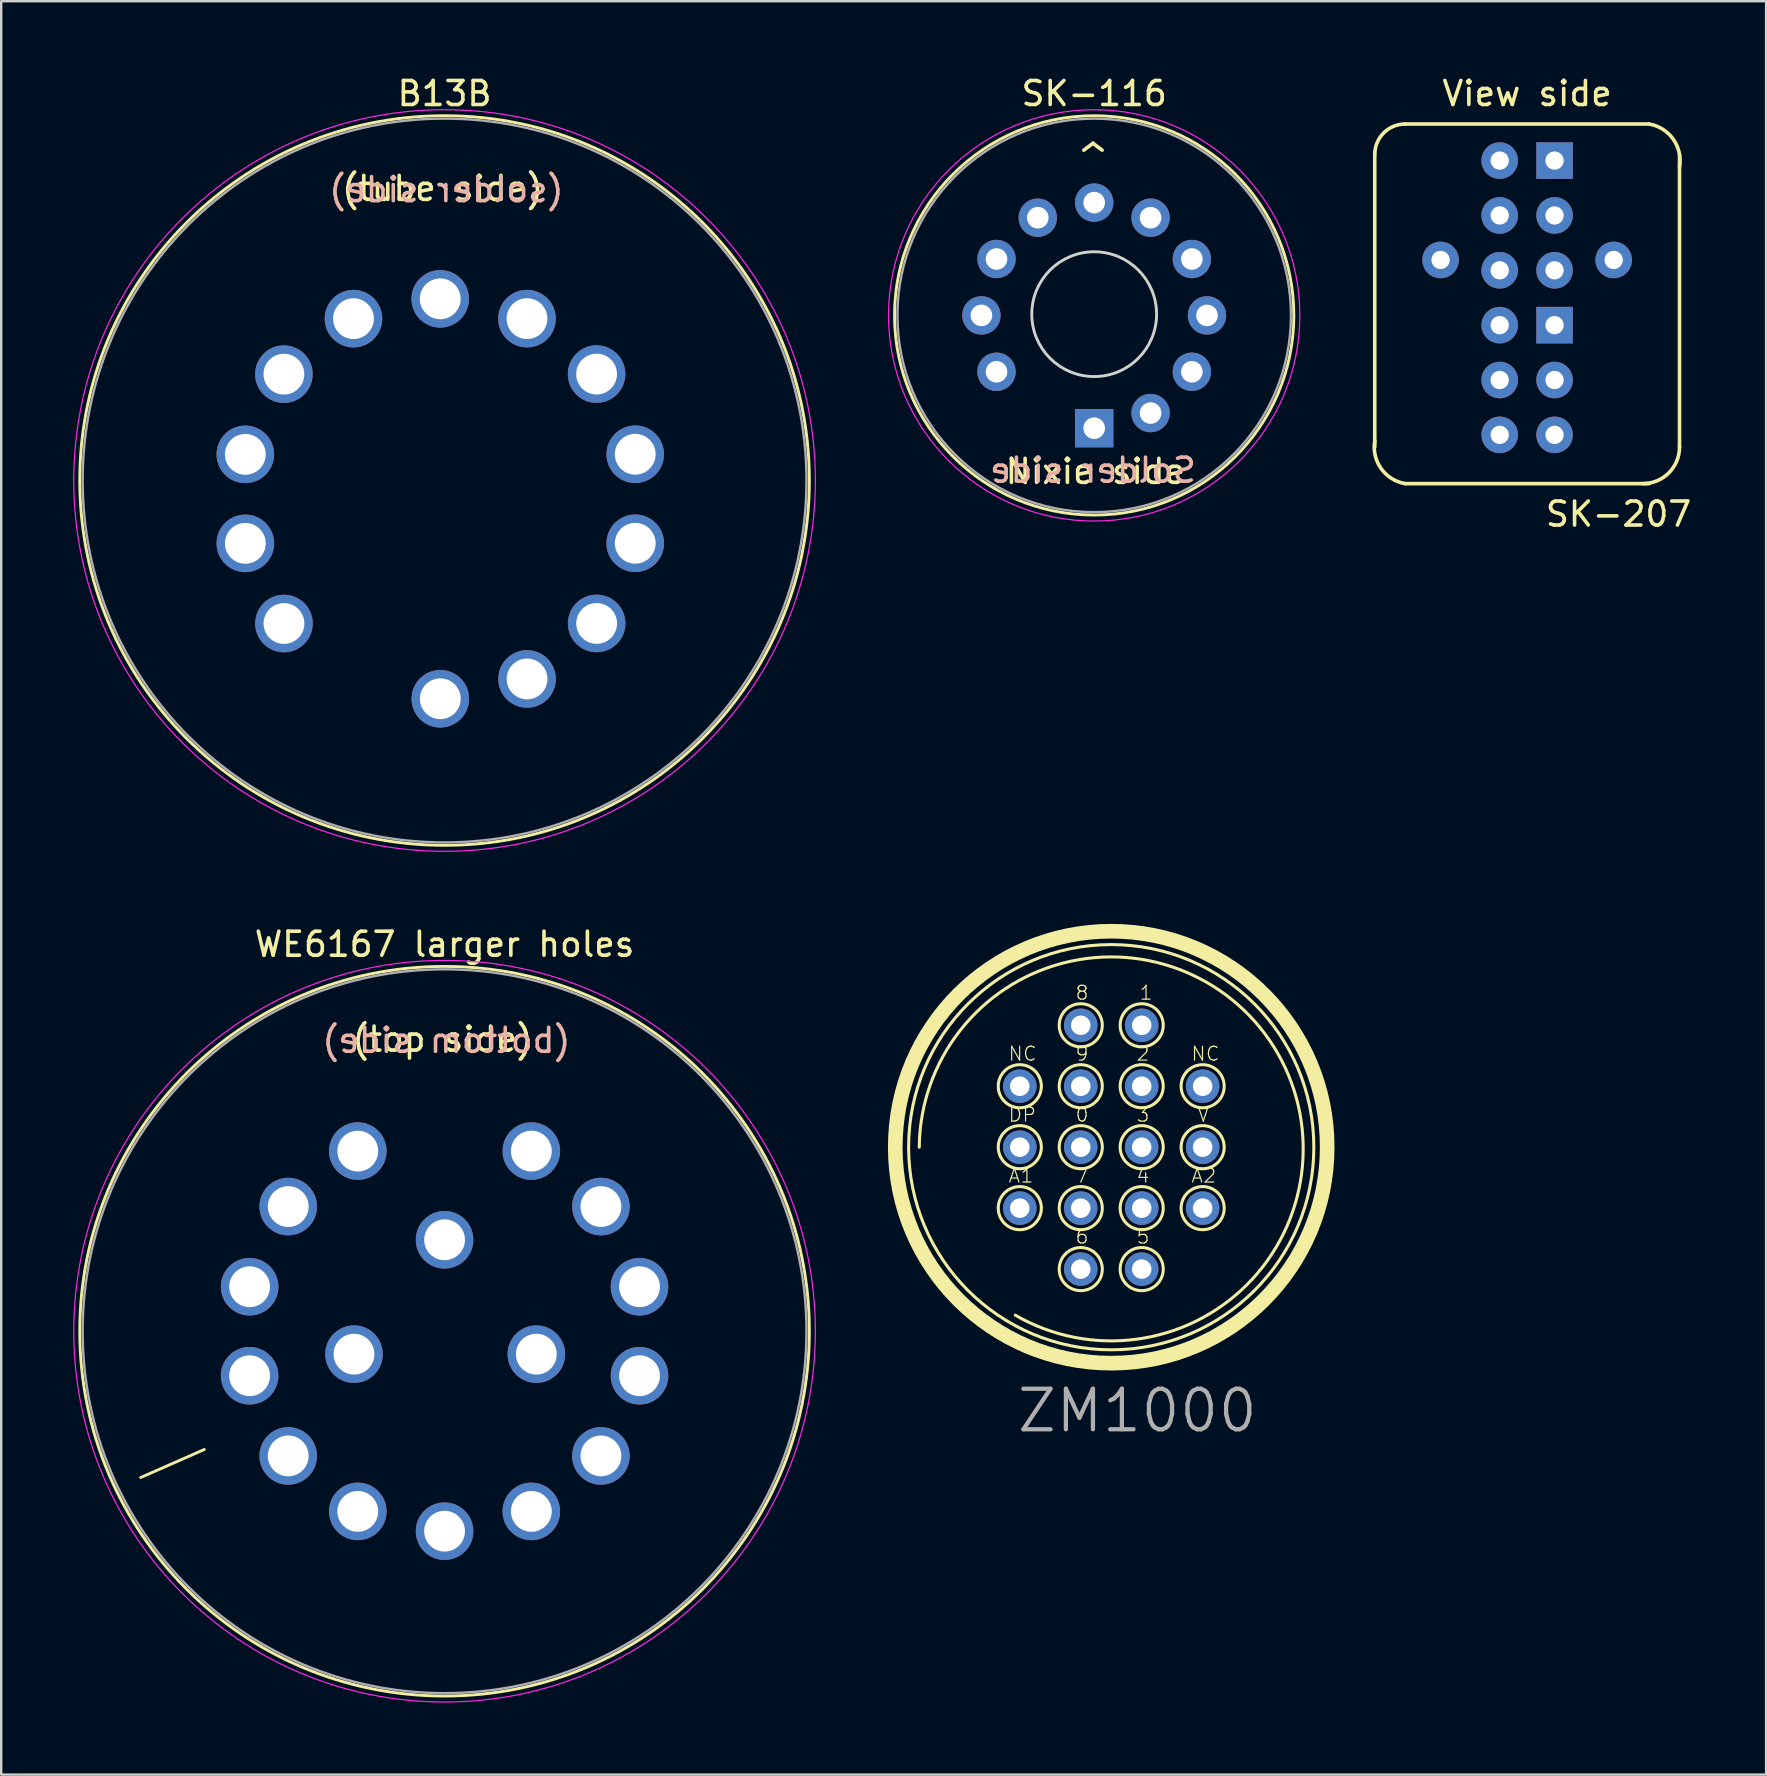
<source format=kicad_pcb>
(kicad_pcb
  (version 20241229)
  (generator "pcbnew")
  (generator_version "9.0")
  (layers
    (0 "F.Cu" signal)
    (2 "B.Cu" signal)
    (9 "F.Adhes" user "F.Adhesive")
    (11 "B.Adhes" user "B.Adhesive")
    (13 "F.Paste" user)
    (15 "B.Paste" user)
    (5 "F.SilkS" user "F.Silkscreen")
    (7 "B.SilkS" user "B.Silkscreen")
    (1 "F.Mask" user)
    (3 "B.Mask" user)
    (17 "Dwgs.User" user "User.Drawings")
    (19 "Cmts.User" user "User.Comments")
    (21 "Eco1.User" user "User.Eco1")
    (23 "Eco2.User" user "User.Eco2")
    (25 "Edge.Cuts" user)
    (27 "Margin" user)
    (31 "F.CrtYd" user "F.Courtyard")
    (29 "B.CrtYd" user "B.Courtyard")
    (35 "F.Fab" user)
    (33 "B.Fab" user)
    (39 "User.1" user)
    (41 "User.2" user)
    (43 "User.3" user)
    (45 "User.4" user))
  (footprint "ZM1000"
    (layer "F.Cu")
    (at 43.257 44.756)
    (property "Reference" "ZM1000" (at -4.016 11.971 0) (layer "F.Fab") (effects (font (size 1.689 1.689) (thickness 0.178)) (justify left bottom)))
    (attr through_hole)
    (fp_arc (start -8 0) (mid 6.946222 -3.897842) (end -4 7) (stroke (width 0.127) (type solid)) (layer "F.SilkS"))
    (fp_circle (center -3.81 -2.54) (end -2.912 -2.54) (stroke (width 0.127) (type solid)) (fill no) (layer "F.SilkS"))
    (fp_circle (center -3.81 0) (end -2.912 0) (stroke (width 0.127) (type solid)) (fill no) (layer "F.SilkS"))
    (fp_circle (center -3.81 2.54) (end -2.912 2.54) (stroke (width 0.127) (type solid)) (fill no) (layer "F.SilkS"))
    (fp_circle (center -1.27 -5.08) (end -0.372 -5.08) (stroke (width 0.127) (type solid)) (fill no) (layer "F.SilkS"))
    (fp_circle (center -1.27 -2.54) (end -0.372 -2.54) (stroke (width 0.127) (type solid)) (fill no) (layer "F.SilkS"))
    (fp_circle (center -1.27 0) (end -0.372 0) (stroke (width 0.127) (type solid)) (fill no) (layer "F.SilkS"))
    (fp_circle (center -1.27 2.54) (end -0.372 2.54) (stroke (width 0.127) (type solid)) (fill no) (layer "F.SilkS"))
    (fp_circle (center -1.27 5.08) (end -0.372 5.08) (stroke (width 0.127) (type solid)) (fill no) (layer "F.SilkS"))
    (fp_circle (center 0 0) (end 8.443 0) (stroke (width 0.127) (type solid)) (fill no) (layer "F.SilkS"))
    (fp_circle (center 0 0) (end 9 0) (stroke (width 0.61) (type solid)) (fill no) (layer "F.SilkS"))
    (fp_circle (center 1.27 -5.08) (end 2.168 -5.08) (stroke (width 0.127) (type solid)) (fill no) (layer "F.SilkS"))
    (fp_circle (center 1.27 -2.54) (end 2.168 -2.54) (stroke (width 0.127) (type solid)) (fill no) (layer "F.SilkS"))
    (fp_circle (center 1.27 0) (end 2.168 0) (stroke (width 0.127) (type solid)) (fill no) (layer "F.SilkS"))
    (fp_circle (center 1.27 2.54) (end 2.168 2.54) (stroke (width 0.127) (type solid)) (fill no) (layer "F.SilkS"))
    (fp_circle (center 1.27 5.08) (end 2.168 5.08) (stroke (width 0.127) (type solid)) (fill no) (layer "F.SilkS"))
    (fp_circle (center 3.81 -2.54) (end 4.708 -2.54) (stroke (width 0.127) (type solid)) (fill no) (layer "F.SilkS"))
    (fp_circle (center 3.81 0) (end 4.708 0) (stroke (width 0.127) (type solid)) (fill no) (layer "F.SilkS"))
    (fp_circle (center 3.81 2.54) (end 4.708 2.54) (stroke (width 0.127) (type solid)) (fill no) (layer "F.SilkS"))
    (fp_text user "5" (at 1.016 4.064 0) (layer "F.SilkS") (effects (font (size 0.579 0.579) (thickness 0.049)) (justify left bottom)))
    (fp_text user "9" (at -1.524 -3.556 0) (layer "F.SilkS") (effects (font (size 0.579 0.579) (thickness 0.049)) (justify left bottom)))
    (fp_text user "NC" (at -4.318 -3.556 0) (layer "F.SilkS") (effects (font (size 0.579 0.579) (thickness 0.049)) (justify left bottom)))
    (fp_text user "4" (at 1.016 1.524 0) (layer "F.SilkS") (effects (font (size 0.579 0.579) (thickness 0.049)) (justify left bottom)))
    (fp_text user "3" (at 1.016 -1.016 0) (layer "F.SilkS") (effects (font (size 0.579 0.579) (thickness 0.049)) (justify left bottom)))
    (fp_text user "DP" (at -4.318 -1.016 0) (layer "F.SilkS") (effects (font (size 0.579 0.579) (thickness 0.049)) (justify left bottom)))
    (fp_text user "V" (at 3.556 -1.016 0) (layer "F.SilkS") (effects (font (size 0.579 0.579) (thickness 0.049)) (justify left bottom)))
    (fp_text user "0" (at -1.524 -1.016 0) (layer "F.SilkS") (effects (font (size 0.579 0.579) (thickness 0.049)) (justify left bottom)))
    (fp_text user "6" (at -1.524 4.064 0) (layer "F.SilkS") (effects (font (size 0.579 0.579) (thickness 0.049)) (justify left bottom)))
    (fp_text user "A1" (at -4.318 1.524 0) (layer "F.SilkS") (effects (font (size 0.579 0.579) (thickness 0.049)) (justify left bottom)))
    (fp_text user "A2" (at 3.302 1.524 0) (layer "F.SilkS") (effects (font (size 0.579 0.579) (thickness 0.049)) (justify left bottom)))
    (fp_text user "7" (at -1.524 1.524 0) (layer "F.SilkS") (effects (font (size 0.579 0.579) (thickness 0.049)) (justify left bottom)))
    (fp_text user "NC" (at 3.302 -3.556 0) (layer "F.SilkS") (effects (font (size 0.579 0.579) (thickness 0.049)) (justify left bottom)))
    (fp_text user "1" (at 1.143 -6.096 0) (layer "F.SilkS") (effects (font (size 0.579 0.579) (thickness 0.049)) (justify left bottom)))
    (fp_text user "8" (at -1.524 -6.096 0) (layer "F.SilkS") (effects (font (size 0.579 0.579) (thickness 0.049)) (justify left bottom)))
    (fp_text user "2" (at 1.016 -3.556 0) (layer "F.SilkS") (effects (font (size 0.579 0.579) (thickness 0.049)) (justify left bottom)))
    (pad "\"IV\"" thru_hole circle (at 3.81 -2.54) (size 1.397 1.397) (drill 0.813) (layers "*.Cu" "*.Mask"))
    (pad "A1" thru_hole circle (at -3.81 2.54) (size 1.397 1.397) (drill 0.813) (layers "*.Cu" "*.Mask"))
    (pad "A2" thru_hole circle (at 3.81 2.54) (size 1.397 1.397) (drill 0.813) (layers "*.Cu" "*.Mask"))
    (pad "IV" thru_hole circle (at -3.81 -2.54) (size 1.397 1.397) (drill 0.813) (layers "*.Cu" "*.Mask"))
    (pad "K0" thru_hole circle (at -1.27 0) (size 1.397 1.397) (drill 0.813) (layers "*.Cu" "*.Mask"))
    (pad "K1" thru_hole circle (at 1.27 -5.08) (size 1.397 1.397) (drill 0.813) (layers "*.Cu" "*.Mask"))
    (pad "K2" thru_hole circle (at 1.27 -2.54) (size 1.397 1.397) (drill 0.813) (layers "*.Cu" "*.Mask"))
    (pad "K3" thru_hole circle (at 1.27 0) (size 1.397 1.397) (drill 0.813) (layers "*.Cu" "*.Mask"))
    (pad "K4" thru_hole circle (at 1.27 2.54) (size 1.397 1.397) (drill 0.813) (layers "*.Cu" "*.Mask"))
    (pad "K5" thru_hole circle (at 1.27 5.08) (size 1.397 1.397) (drill 0.813) (layers "*.Cu" "*.Mask"))
    (pad "K6" thru_hole circle (at -1.27 5.08) (size 1.397 1.397) (drill 0.813) (layers "*.Cu" "*.Mask"))
    (pad "K7" thru_hole circle (at -1.27 2.54) (size 1.397 1.397) (drill 0.813) (layers "*.Cu" "*.Mask"))
    (pad "K8" thru_hole circle (at -1.27 -5.08) (size 1.397 1.397) (drill 0.813) (layers "*.Cu" "*.Mask"))
    (pad "K9" thru_hole circle (at -1.27 -2.54) (size 1.397 1.397) (drill 0.813) (layers "*.Cu" "*.Mask"))
    (pad "KDP" thru_hole circle (at -3.81 0) (size 1.397 1.397) (drill 0.813) (layers "*.Cu" "*.Mask"))
    (pad "V" thru_hole circle (at 3.81 0) (size 1.397 1.397) (drill 0.813) (layers "*.Cu" "*.Mask")))
  (footprint "SK-116"
    (layer "F.Cu")
    (at 42.547 10.093)
    (property "Reference" "SK-116" (at 0 -9.245 0) (layer "F.SilkS") (effects (font (size 1 1) (thickness 0.15))))
    (fp_circle (center 0 0) (end 0 8.32) (stroke (width 0.12) (type solid)) (fill no) (layer "F.SilkS"))
    (fp_circle (center 0 -0.051) (end 2.6 -0.051) (stroke (width 0.12) (type solid)) (fill no) (layer "Edge.Cuts"))
    (fp_circle (center 0 0) (end 0 8.57) (stroke (width 0.05) (type solid)) (fill no) (layer "F.CrtYd"))
    (fp_circle (center 0 0) (end 0 8.2) (stroke (width 0.1) (type solid)) (fill no) (layer "F.Fab"))
    (fp_text user "Nixie side" (at 0.051 6.502 0) (unlocked yes) (layer "F.SilkS") (effects (font (size 1 1) (thickness 0.15))))
    (fp_text user "^" (at -0.051 -5.994 0) (unlocked yes) (layer "F.SilkS") (effects (font (size 2 2) (thickness 0.15))))
    (fp_text user "Solder side" (at -0.051 6.452 0) (unlocked yes) (layer "B.SilkS") (effects (font (size 1 1) (thickness 0.15)) (justify mirror)))
    (pad "1" thru_hole rect (at 0 4.7) (size 1.6 1.6) (drill 0.9) (layers "*.Cu" "*.Mask"))
    (pad "2" thru_hole oval (at 2.35 4.07) (size 1.6 1.6) (drill 0.9) (layers "*.Cu" "*.Mask"))
    (pad "3" thru_hole oval (at 4.07 2.35) (size 1.6 1.6) (drill 0.9) (layers "*.Cu" "*.Mask"))
    (pad "4" thru_hole oval (at 4.7 0) (size 1.6 1.6) (drill 0.9) (layers "*.Cu" "*.Mask"))
    (pad "5" thru_hole oval (at 4.07 -2.35) (size 1.6 1.6) (drill 0.9) (layers "*.Cu" "*.Mask"))
    (pad "6" thru_hole oval (at 2.35 -4.07) (size 1.6 1.6) (drill 0.9) (layers "*.Cu" "*.Mask"))
    (pad "7" thru_hole oval (at 0 -4.7) (size 1.6 1.6) (drill 0.9) (layers "*.Cu" "*.Mask"))
    (pad "8" thru_hole oval (at -2.35 -4.07) (size 1.6 1.6) (drill 0.9) (layers "*.Cu" "*.Mask"))
    (pad "9" thru_hole oval (at -4.07 -2.35) (size 1.6 1.6) (drill 0.9) (layers "*.Cu" "*.Mask"))
    (pad "10" thru_hole oval (at -4.7 0) (size 1.6 1.6) (drill 0.9) (layers "*.Cu" "*.Mask"))
    (pad "11" thru_hole oval (at -4.07 2.35) (size 1.6 1.6) (drill 0.9) (layers "*.Cu" "*.Mask")))
  (footprint "B13B"
    (layer "F.Cu")
    (at 15.476 16.817)
    (property "Reference" "B13B" (at 0 -15.969 0) (layer "F.SilkS") (effects (font (size 1 1) (thickness 0.15))))
    (attr through_hole)
    (fp_circle (center 0 0.157) (end 0 15.359) (stroke (width 0.12) (type solid)) (fill no) (layer "F.SilkS"))
    (fp_circle (center 0 0.157) (end 0 15.609) (stroke (width 0.05) (type solid)) (fill no) (layer "F.CrtYd"))
    (fp_circle (center 0 0.157) (end 0 15.239) (stroke (width 0.1) (type solid)) (fill no) (layer "F.Fab"))
    (fp_text user "(tube side)" (at -0.081 -12.014 0) (layer "F.SilkS") (effects (font (size 1 1) (thickness 0.15))))
    (fp_text user "(solder side)" (at 0.076 -11.963 0) (layer "B.SilkS") (effects (font (size 1 1) (thickness 0.15)) (justify mirror)))
    (pad "1" thru_hole circle (at -0.177 9.252 154.3) (size 2.4 2.4) (drill 1.7) (layers "*.Cu" "*.Mask"))
    (pad "2" thru_hole circle (at 3.438 8.426 154.3) (size 2.4 2.4) (drill 1.7) (layers "*.Cu" "*.Mask"))
    (pad "3" thru_hole circle (at 6.337 6.113 154.3) (size 2.4 2.4) (drill 1.7) (layers "*.Cu" "*.Mask"))
    (pad "4" thru_hole circle (at 7.946 2.772 154.3) (size 2.4 2.4) (drill 1.7) (layers "*.Cu" "*.Mask"))
    (pad "5" thru_hole circle (at 7.945 -0.937 154.3) (size 2.4 2.4) (drill 1.7) (layers "*.Cu" "*.Mask"))
    (pad "6" thru_hole circle (at 6.335 -4.278 154.3) (size 2.4 2.4) (drill 1.7) (layers "*.Cu" "*.Mask"))
    (pad "7" thru_hole circle (at 3.435 -6.589 154.3) (size 2.4 2.4) (drill 1.7) (layers "*.Cu" "*.Mask"))
    (pad "8" thru_hole circle (at -0.181 -7.414 154.3) (size 2.4 2.4) (drill 1.7) (layers "*.Cu" "*.Mask"))
    (pad "9" thru_hole circle (at -3.796 -6.588 154.3) (size 2.4 2.4) (drill 1.7) (layers "*.Cu" "*.Mask"))
    (pad "10" thru_hole circle (at -6.695 -4.275 154.3) (size 2.4 2.4) (drill 1.7) (layers "*.Cu" "*.Mask"))
    (pad "11" thru_hole circle (at -8.303 -0.933 154.3) (size 2.4 2.4) (drill 1.7) (layers "*.Cu" "*.Mask"))
    (pad "12" thru_hole circle (at -8.303 2.776 154.3) (size 2.4 2.4) (drill 1.7) (layers "*.Cu" "*.Mask"))
    (pad "13" thru_hole circle (at -6.693 6.116 154.3) (size 2.4 2.4) (drill 1.7) (layers "*.Cu" "*.Mask")))
  (footprint "WE6167 larger holes"
    (layer "F.Cu")
    (at 15.476 52.268)
    (property "Reference" "WE6167 larger holes" (at 0 -15.969 0) (layer "F.SilkS") (effects (font (size 1 1) (thickness 0.15))))
    (attr through_hole)
    (fp_line (start -10.013 5.085) (end -12.664 6.253) (stroke (width 0.12) (type solid)) (layer "F.SilkS"))
    (fp_circle (center 0 0.157) (end 0 15.359) (stroke (width 0.12) (type solid)) (fill no) (layer "F.SilkS"))
    (fp_circle (center 0 0.157) (end 0 15.609) (stroke (width 0.05) (type solid)) (fill no) (layer "F.CrtYd"))
    (fp_circle (center 0 0.157) (end 0 15.239) (stroke (width 0.1) (type solid)) (fill no) (layer "F.Fab"))
    (fp_text user "(top side)" (at -0.081 -12.014 0) (layer "F.SilkS") (effects (font (size 1 1) (thickness 0.15))))
    (fp_text user "(bottom side)" (at 0.076 -11.963 0) (layer "B.SilkS") (effects (font (size 1 1) (thickness 0.15)) (justify mirror)))
    (pad "1" thru_hole circle (at -3.616 -7.35) (size 2.4 2.4) (drill 1.7) (layers "*.Cu" "*.Mask"))
    (pad "2" thru_hole circle (at -6.515 -5.038) (size 2.4 2.4) (drill 1.7) (layers "*.Cu" "*.Mask"))
    (pad "3" thru_hole circle (at -8.124 -1.697) (size 2.4 2.4) (drill 1.7) (layers "*.Cu" "*.Mask"))
    (pad "4" thru_hole circle (at -8.124 2.012) (size 2.4 2.4) (drill 1.7) (layers "*.Cu" "*.Mask"))
    (pad "5" thru_hole circle (at -6.515 5.353) (size 2.4 2.4) (drill 1.7) (layers "*.Cu" "*.Mask"))
    (pad "6" thru_hole circle (at -3.616 7.665) (size 2.4 2.4) (drill 1.7) (layers "*.Cu" "*.Mask"))
    (pad "7" thru_hole circle (at 0.000002 8.49) (size 2.4 2.4) (drill 1.7) (layers "*.Cu" "*.Mask"))
    (pad "8" thru_hole circle (at 3.616 7.665) (size 2.4 2.4) (drill 1.7) (layers "*.Cu" "*.Mask"))
    (pad "9" thru_hole circle (at 6.515 5.353) (size 2.4 2.4) (drill 1.7) (layers "*.Cu" "*.Mask"))
    (pad "10" thru_hole circle (at 8.124 2.012) (size 2.4 2.4) (drill 1.7) (layers "*.Cu" "*.Mask"))
    (pad "11" thru_hole circle (at 8.124 -1.697) (size 2.4 2.4) (drill 1.7) (layers "*.Cu" "*.Mask"))
    (pad "12" thru_hole circle (at 6.515 -5.038) (size 2.4 2.4) (drill 1.7) (layers "*.Cu" "*.Mask"))
    (pad "13" thru_hole circle (at 3.616 -7.35) (size 2.4 2.4) (drill 1.7) (layers "*.Cu" "*.Mask"))
    (pad "14" thru_hole circle (at 0 -3.653) (size 2.4 2.4) (drill 1.7) (layers "*.Cu" "*.Mask"))
    (pad "16" thru_hole circle (at -3.774 1.113) (size 2.4 2.4) (drill 1.7) (layers "*.Cu" "*.Mask"))
    (pad "19" thru_hole circle (at 3.825 1.113) (size 2.4 2.4) (drill 1.7) (layers "*.Cu" "*.Mask")))
  (footprint "SK-207"
    (layer "F.Cu")
    (at 60.589 3.642)
    (property "Reference" "SK-207" (at 3.81 14.732 0) (layer "F.SilkS") (effects (font (size 1 1) (thickness 0.15))))
    (attr through_hole)
    (fp_line (start -6.35 -0.254) (end -6.35 11.938) (stroke (width 0.15) (type solid)) (layer "F.SilkS"))
    (fp_line (start -5.08 13.462) (end 5.08 13.462) (stroke (width 0.15) (type solid)) (layer "F.SilkS"))
    (fp_line (start 5.08 -1.524) (end -5.08 -1.524) (stroke (width 0.15) (type solid)) (layer "F.SilkS"))
    (fp_line (start 6.35 11.938) (end 6.35 -0.254) (stroke (width 0.15) (type solid)) (layer "F.SilkS"))
    (fp_arc (start -6.35 -0.254) (mid -5.978026 -1.152026) (end -5.08 -1.524) (stroke (width 0.15) (type solid)) (layer "F.SilkS"))
    (fp_arc (start -5.08 13.462) (mid -6.083236 12.836026) (end -6.35 11.684) (stroke (width 0.15) (type solid)) (layer "F.SilkS"))
    (fp_arc (start 5.08 -1.524) (mid 6.083236 -0.898026) (end 6.35 0.254) (stroke (width 0.15) (type solid)) (layer "F.SilkS"))
    (fp_arc (start 6.35 11.938) (mid 5.903631 13.015631) (end 4.826 13.462) (stroke (width 0.15) (type solid)) (layer "F.SilkS"))
    (fp_text user "View side" (at 0 -2.794 0) (layer "F.SilkS") (effects (font (size 1 1) (thickness 0.15))))
    (pad "1" thru_hole circle (at 1.143 11.43) (size 1.524 1.524) (drill 0.762) (layers "*.Cu" "*.Mask"))
    (pad "2" thru_hole circle (at -1.143 11.43) (size 1.524 1.524) (drill 0.762) (layers "*.Cu" "*.Mask"))
    (pad "3" thru_hole circle (at -1.143 9.144) (size 1.524 1.524) (drill 0.762) (layers "*.Cu" "*.Mask"))
    (pad "4" thru_hole circle (at -1.143 6.858) (size 1.524 1.524) (drill 0.762) (layers "*.Cu" "*.Mask"))
    (pad "5" thru_hole circle (at -1.143 4.572) (size 1.524 1.524) (drill 0.762) (layers "*.Cu" "*.Mask"))
    (pad "6" thru_hole circle (at -1.143 2.286) (size 1.524 1.524) (drill 0.762) (layers "*.Cu" "*.Mask"))
    (pad "7" thru_hole circle (at -1.143 0) (size 1.524 1.524) (drill 0.762) (layers "*.Cu" "*.Mask"))
    (pad "8" thru_hole circle (at 1.143 2.286) (size 1.524 1.524) (drill 0.762) (layers "*.Cu" "*.Mask"))
    (pad "9" thru_hole circle (at 1.143 4.572) (size 1.524 1.524) (drill 0.762) (layers "*.Cu" "*.Mask"))
    (pad "10" thru_hole circle (at 1.143 9.144) (size 1.524 1.524) (drill 0.762) (layers "*.Cu" "*.Mask"))
    (pad "11" thru_hole rect (at 1.143 0) (size 1.524 1.524) (drill 0.762) (layers "*.Cu" "*.Mask"))
    (pad "12" thru_hole circle (at 3.607 4.14) (size 1.524 1.524) (drill 0.762) (layers "*.Cu" "*.Mask"))
    (pad "13" thru_hole circle (at -3.607 4.14) (size 1.524 1.524) (drill 0.762) (layers "*.Cu" "*.Mask"))
    (pad "14" thru_hole rect (at 1.143 6.858) (size 1.524 1.524) (drill 0.762) (layers "*.Cu" "*.Mask")))
  (gr_rect
    (start -3 -3)
    (end 70.547 70.901)
    (stroke (width 0.1) (type default))
    (fill no)
    (layer "Edge.Cuts")))
</source>
